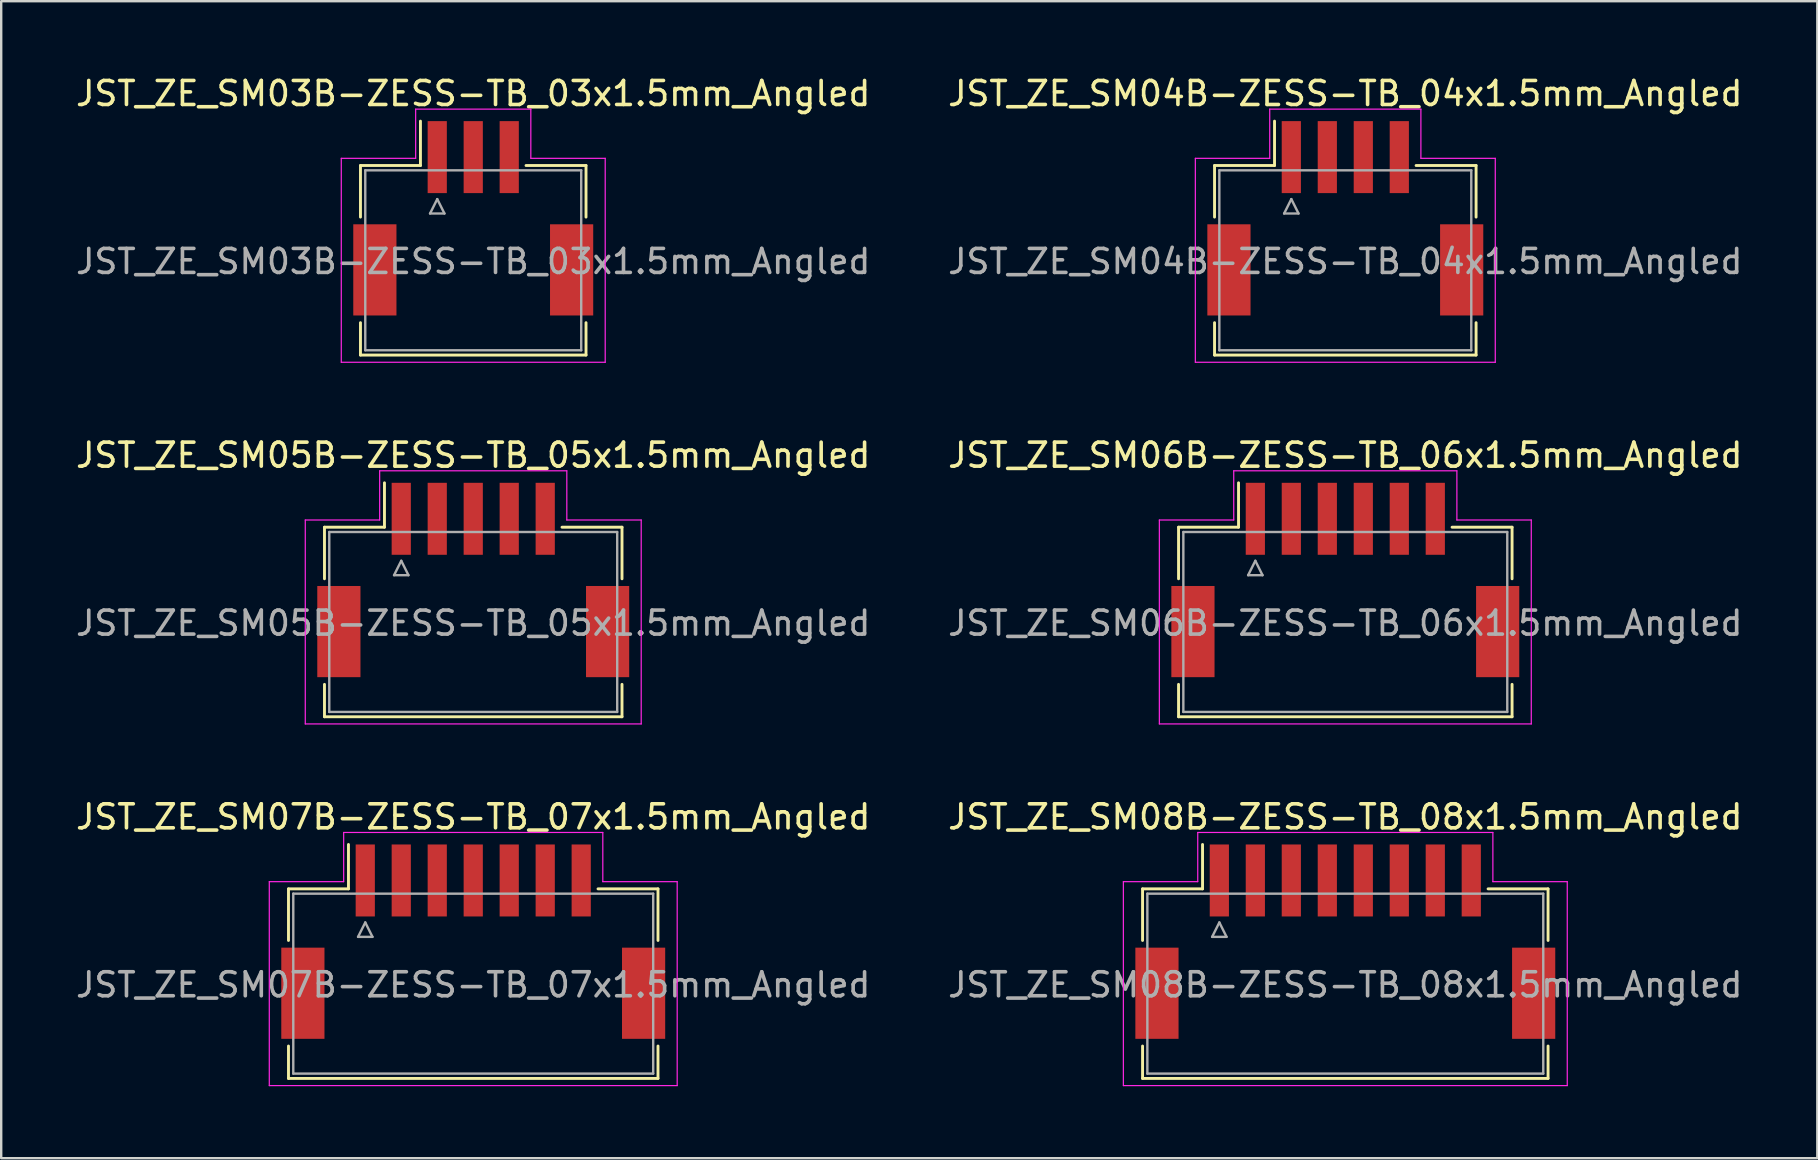
<source format=kicad_pcb>
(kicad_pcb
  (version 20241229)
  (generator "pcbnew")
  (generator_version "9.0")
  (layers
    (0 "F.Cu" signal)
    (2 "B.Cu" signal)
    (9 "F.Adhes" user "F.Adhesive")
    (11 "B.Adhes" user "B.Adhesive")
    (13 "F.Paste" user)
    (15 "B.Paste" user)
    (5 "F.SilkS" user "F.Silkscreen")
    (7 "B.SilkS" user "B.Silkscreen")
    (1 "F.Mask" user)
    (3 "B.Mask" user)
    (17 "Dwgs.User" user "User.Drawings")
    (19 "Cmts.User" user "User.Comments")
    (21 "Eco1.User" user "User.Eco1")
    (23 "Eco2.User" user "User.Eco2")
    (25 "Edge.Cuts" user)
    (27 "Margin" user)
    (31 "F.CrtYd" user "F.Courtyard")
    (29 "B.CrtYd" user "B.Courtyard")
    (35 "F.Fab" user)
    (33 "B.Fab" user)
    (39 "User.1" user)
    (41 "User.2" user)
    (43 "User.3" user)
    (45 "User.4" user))
  (footprint "JST_ZE_SM08B-ZESS-TB_08x1.5mm_Angled"
    (layer "F.Cu")
    (at 53.018 35.995)
    (property "Reference" "JST_ZE_SM08B-ZESS-TB_08x1.5mm_Angled" (at 0 -5 0) (layer "F.SilkS") (effects (font (size 1 1) (thickness 0.15))))
    (attr smd)
    (fp_line (start -8.45 -2) (end -5.95 -2) (stroke (width 0.12) (type solid)) (layer "F.SilkS"))
    (fp_line (start -8.45 0.15) (end -8.45 -2) (stroke (width 0.12) (type solid)) (layer "F.SilkS"))
    (fp_line (start -8.45 4.55) (end -8.45 5.9) (stroke (width 0.12) (type solid)) (layer "F.SilkS"))
    (fp_line (start -8.45 5.9) (end 8.45 5.9) (stroke (width 0.12) (type solid)) (layer "F.SilkS"))
    (fp_line (start -5.95 -2) (end -5.95 -3.85) (stroke (width 0.12) (type solid)) (layer "F.SilkS"))
    (fp_line (start 8.45 -2) (end 5.95 -2) (stroke (width 0.12) (type solid)) (layer "F.SilkS"))
    (fp_line (start 8.45 0.15) (end 8.45 -2) (stroke (width 0.12) (type solid)) (layer "F.SilkS"))
    (fp_line (start 8.45 5.9) (end 8.45 4.55) (stroke (width 0.12) (type solid)) (layer "F.SilkS"))
    (fp_line (start -9.25 -2.3) (end -9.25 6.2) (stroke (width 0.05) (type solid)) (layer "F.CrtYd"))
    (fp_line (start -9.25 6.2) (end 9.25 6.2) (stroke (width 0.05) (type solid)) (layer "F.CrtYd"))
    (fp_line (start -6.15 -4.35) (end -6.15 -2.3) (stroke (width 0.05) (type solid)) (layer "F.CrtYd"))
    (fp_line (start -6.15 -2.3) (end -9.25 -2.3) (stroke (width 0.05) (type solid)) (layer "F.CrtYd"))
    (fp_line (start 6.15 -4.35) (end -6.15 -4.35) (stroke (width 0.05) (type solid)) (layer "F.CrtYd"))
    (fp_line (start 6.15 -2.3) (end 6.15 -4.35) (stroke (width 0.05) (type solid)) (layer "F.CrtYd"))
    (fp_line (start 9.25 -2.3) (end 6.15 -2.3) (stroke (width 0.05) (type solid)) (layer "F.CrtYd"))
    (fp_line (start 9.25 6.2) (end 9.25 -2.3) (stroke (width 0.05) (type solid)) (layer "F.CrtYd"))
    (fp_line (start -8.25 -1.8) (end -8.25 5.7) (stroke (width 0.1) (type solid)) (layer "F.Fab"))
    (fp_line (start -8.25 5.7) (end 8.25 5.7) (stroke (width 0.1) (type solid)) (layer "F.Fab"))
    (fp_line (start -5.55 0) (end -4.95 0) (stroke (width 0.1) (type solid)) (layer "F.Fab"))
    (fp_line (start -5.25 -0.6) (end -5.55 0) (stroke (width 0.1) (type solid)) (layer "F.Fab"))
    (fp_line (start -4.95 0) (end -5.25 -0.6) (stroke (width 0.1) (type solid)) (layer "F.Fab"))
    (fp_line (start 8.25 -1.8) (end -8.25 -1.8) (stroke (width 0.1) (type solid)) (layer "F.Fab"))
    (fp_line (start 8.25 5.7) (end 8.25 -1.8) (stroke (width 0.1) (type solid)) (layer "F.Fab"))
    (fp_text user "${REFERENCE}" (at 0 2 0) (layer "F.Fab") (effects (font (size 1 1) (thickness 0.15))))
    (pad "" smd rect (at -7.85 2.35) (size 1.8 3.8) (layers "F.Cu" "F.Mask" "F.Paste"))
    (pad "" smd rect (at 7.85 2.35) (size 1.8 3.8) (layers "F.Cu" "F.Mask" "F.Paste"))
    (pad "1" smd rect (at -5.25 -2.35) (size 0.8 3) (layers "F.Cu" "F.Mask" "F.Paste"))
    (pad "2" smd rect (at -3.75 -2.35) (size 0.8 3) (layers "F.Cu" "F.Mask" "F.Paste"))
    (pad "3" smd rect (at -2.25 -2.35) (size 0.8 3) (layers "F.Cu" "F.Mask" "F.Paste"))
    (pad "4" smd rect (at -0.75 -2.35) (size 0.8 3) (layers "F.Cu" "F.Mask" "F.Paste"))
    (pad "5" smd rect (at 0.75 -2.35) (size 0.8 3) (layers "F.Cu" "F.Mask" "F.Paste"))
    (pad "6" smd rect (at 2.25 -2.35) (size 0.8 3) (layers "F.Cu" "F.Mask" "F.Paste"))
    (pad "7" smd rect (at 3.75 -2.35) (size 0.8 3) (layers "F.Cu" "F.Mask" "F.Paste"))
    (pad "8" smd rect (at 5.25 -2.35) (size 0.8 3) (layers "F.Cu" "F.Mask" "F.Paste")))
  (footprint "JST_ZE_SM07B-ZESS-TB_07x1.5mm_Angled"
    (layer "F.Cu")
    (at 16.673 35.995)
    (property "Reference" "JST_ZE_SM07B-ZESS-TB_07x1.5mm_Angled" (at 0 -5 0) (layer "F.SilkS") (effects (font (size 1 1) (thickness 0.15))))
    (attr smd)
    (fp_line (start -7.7 -2) (end -5.2 -2) (stroke (width 0.12) (type solid)) (layer "F.SilkS"))
    (fp_line (start -7.7 0.15) (end -7.7 -2) (stroke (width 0.12) (type solid)) (layer "F.SilkS"))
    (fp_line (start -7.7 4.55) (end -7.7 5.9) (stroke (width 0.12) (type solid)) (layer "F.SilkS"))
    (fp_line (start -7.7 5.9) (end 7.7 5.9) (stroke (width 0.12) (type solid)) (layer "F.SilkS"))
    (fp_line (start -5.2 -2) (end -5.2 -3.85) (stroke (width 0.12) (type solid)) (layer "F.SilkS"))
    (fp_line (start 7.7 -2) (end 5.2 -2) (stroke (width 0.12) (type solid)) (layer "F.SilkS"))
    (fp_line (start 7.7 0.15) (end 7.7 -2) (stroke (width 0.12) (type solid)) (layer "F.SilkS"))
    (fp_line (start 7.7 5.9) (end 7.7 4.55) (stroke (width 0.12) (type solid)) (layer "F.SilkS"))
    (fp_line (start -8.5 -2.3) (end -8.5 6.2) (stroke (width 0.05) (type solid)) (layer "F.CrtYd"))
    (fp_line (start -8.5 6.2) (end 8.5 6.2) (stroke (width 0.05) (type solid)) (layer "F.CrtYd"))
    (fp_line (start -5.4 -4.35) (end -5.4 -2.3) (stroke (width 0.05) (type solid)) (layer "F.CrtYd"))
    (fp_line (start -5.4 -2.3) (end -8.5 -2.3) (stroke (width 0.05) (type solid)) (layer "F.CrtYd"))
    (fp_line (start 5.4 -4.35) (end -5.4 -4.35) (stroke (width 0.05) (type solid)) (layer "F.CrtYd"))
    (fp_line (start 5.4 -2.3) (end 5.4 -4.35) (stroke (width 0.05) (type solid)) (layer "F.CrtYd"))
    (fp_line (start 8.5 -2.3) (end 5.4 -2.3) (stroke (width 0.05) (type solid)) (layer "F.CrtYd"))
    (fp_line (start 8.5 6.2) (end 8.5 -2.3) (stroke (width 0.05) (type solid)) (layer "F.CrtYd"))
    (fp_line (start -7.5 -1.8) (end -7.5 5.7) (stroke (width 0.1) (type solid)) (layer "F.Fab"))
    (fp_line (start -7.5 5.7) (end 7.5 5.7) (stroke (width 0.1) (type solid)) (layer "F.Fab"))
    (fp_line (start -4.8 0) (end -4.2 0) (stroke (width 0.1) (type solid)) (layer "F.Fab"))
    (fp_line (start -4.5 -0.6) (end -4.8 0) (stroke (width 0.1) (type solid)) (layer "F.Fab"))
    (fp_line (start -4.2 0) (end -4.5 -0.6) (stroke (width 0.1) (type solid)) (layer "F.Fab"))
    (fp_line (start 7.5 -1.8) (end -7.5 -1.8) (stroke (width 0.1) (type solid)) (layer "F.Fab"))
    (fp_line (start 7.5 5.7) (end 7.5 -1.8) (stroke (width 0.1) (type solid)) (layer "F.Fab"))
    (fp_text user "${REFERENCE}" (at 0 2 0) (layer "F.Fab") (effects (font (size 1 1) (thickness 0.15))))
    (pad "" smd rect (at -7.1 2.35) (size 1.8 3.8) (layers "F.Cu" "F.Mask" "F.Paste"))
    (pad "" smd rect (at 7.1 2.35) (size 1.8 3.8) (layers "F.Cu" "F.Mask" "F.Paste"))
    (pad "1" smd rect (at -4.5 -2.35) (size 0.8 3) (layers "F.Cu" "F.Mask" "F.Paste"))
    (pad "2" smd rect (at -3 -2.35) (size 0.8 3) (layers "F.Cu" "F.Mask" "F.Paste"))
    (pad "3" smd rect (at -1.5 -2.35) (size 0.8 3) (layers "F.Cu" "F.Mask" "F.Paste"))
    (pad "4" smd rect (at 0 -2.35) (size 0.8 3) (layers "F.Cu" "F.Mask" "F.Paste"))
    (pad "5" smd rect (at 1.5 -2.35) (size 0.8 3) (layers "F.Cu" "F.Mask" "F.Paste"))
    (pad "6" smd rect (at 3 -2.35) (size 0.8 3) (layers "F.Cu" "F.Mask" "F.Paste"))
    (pad "7" smd rect (at 4.5 -2.35) (size 0.8 3) (layers "F.Cu" "F.Mask" "F.Paste")))
  (footprint "JST_ZE_SM05B-ZESS-TB_05x1.5mm_Angled"
    (layer "F.Cu")
    (at 16.673 20.922)
    (property "Reference" "JST_ZE_SM05B-ZESS-TB_05x1.5mm_Angled" (at 0 -5 0) (layer "F.SilkS") (effects (font (size 1 1) (thickness 0.15))))
    (attr smd)
    (fp_line (start -6.2 -2) (end -3.7 -2) (stroke (width 0.12) (type solid)) (layer "F.SilkS"))
    (fp_line (start -6.2 0.15) (end -6.2 -2) (stroke (width 0.12) (type solid)) (layer "F.SilkS"))
    (fp_line (start -6.2 4.55) (end -6.2 5.9) (stroke (width 0.12) (type solid)) (layer "F.SilkS"))
    (fp_line (start -6.2 5.9) (end 6.2 5.9) (stroke (width 0.12) (type solid)) (layer "F.SilkS"))
    (fp_line (start -3.7 -2) (end -3.7 -3.85) (stroke (width 0.12) (type solid)) (layer "F.SilkS"))
    (fp_line (start 6.2 -2) (end 3.7 -2) (stroke (width 0.12) (type solid)) (layer "F.SilkS"))
    (fp_line (start 6.2 0.15) (end 6.2 -2) (stroke (width 0.12) (type solid)) (layer "F.SilkS"))
    (fp_line (start 6.2 5.9) (end 6.2 4.55) (stroke (width 0.12) (type solid)) (layer "F.SilkS"))
    (fp_line (start -7 -2.3) (end -7 6.2) (stroke (width 0.05) (type solid)) (layer "F.CrtYd"))
    (fp_line (start -7 6.2) (end 7 6.2) (stroke (width 0.05) (type solid)) (layer "F.CrtYd"))
    (fp_line (start -3.9 -4.35) (end -3.9 -2.3) (stroke (width 0.05) (type solid)) (layer "F.CrtYd"))
    (fp_line (start -3.9 -2.3) (end -7 -2.3) (stroke (width 0.05) (type solid)) (layer "F.CrtYd"))
    (fp_line (start 3.9 -4.35) (end -3.9 -4.35) (stroke (width 0.05) (type solid)) (layer "F.CrtYd"))
    (fp_line (start 3.9 -2.3) (end 3.9 -4.35) (stroke (width 0.05) (type solid)) (layer "F.CrtYd"))
    (fp_line (start 7 -2.3) (end 3.9 -2.3) (stroke (width 0.05) (type solid)) (layer "F.CrtYd"))
    (fp_line (start 7 6.2) (end 7 -2.3) (stroke (width 0.05) (type solid)) (layer "F.CrtYd"))
    (fp_line (start -6 -1.8) (end -6 5.7) (stroke (width 0.1) (type solid)) (layer "F.Fab"))
    (fp_line (start -6 5.7) (end 6 5.7) (stroke (width 0.1) (type solid)) (layer "F.Fab"))
    (fp_line (start -3.3 0) (end -2.7 0) (stroke (width 0.1) (type solid)) (layer "F.Fab"))
    (fp_line (start -3 -0.6) (end -3.3 0) (stroke (width 0.1) (type solid)) (layer "F.Fab"))
    (fp_line (start -2.7 0) (end -3 -0.6) (stroke (width 0.1) (type solid)) (layer "F.Fab"))
    (fp_line (start 6 -1.8) (end -6 -1.8) (stroke (width 0.1) (type solid)) (layer "F.Fab"))
    (fp_line (start 6 5.7) (end 6 -1.8) (stroke (width 0.1) (type solid)) (layer "F.Fab"))
    (fp_text user "${REFERENCE}" (at 0 2 0) (layer "F.Fab") (effects (font (size 1 1) (thickness 0.15))))
    (pad "" smd rect (at -5.6 2.35) (size 1.8 3.8) (layers "F.Cu" "F.Mask" "F.Paste"))
    (pad "" smd rect (at 5.6 2.35) (size 1.8 3.8) (layers "F.Cu" "F.Mask" "F.Paste"))
    (pad "1" smd rect (at -3 -2.35) (size 0.8 3) (layers "F.Cu" "F.Mask" "F.Paste"))
    (pad "2" smd rect (at -1.5 -2.35) (size 0.8 3) (layers "F.Cu" "F.Mask" "F.Paste"))
    (pad "3" smd rect (at 0 -2.35) (size 0.8 3) (layers "F.Cu" "F.Mask" "F.Paste"))
    (pad "4" smd rect (at 1.5 -2.35) (size 0.8 3) (layers "F.Cu" "F.Mask" "F.Paste"))
    (pad "5" smd rect (at 3 -2.35) (size 0.8 3) (layers "F.Cu" "F.Mask" "F.Paste")))
  (footprint "JST_ZE_SM06B-ZESS-TB_06x1.5mm_Angled"
    (layer "F.Cu")
    (at 53.018 20.922)
    (property "Reference" "JST_ZE_SM06B-ZESS-TB_06x1.5mm_Angled" (at 0 -5 0) (layer "F.SilkS") (effects (font (size 1 1) (thickness 0.15))))
    (attr smd)
    (fp_line (start -6.95 -2) (end -4.45 -2) (stroke (width 0.12) (type solid)) (layer "F.SilkS"))
    (fp_line (start -6.95 0.15) (end -6.95 -2) (stroke (width 0.12) (type solid)) (layer "F.SilkS"))
    (fp_line (start -6.95 4.55) (end -6.95 5.9) (stroke (width 0.12) (type solid)) (layer "F.SilkS"))
    (fp_line (start -6.95 5.9) (end 6.95 5.9) (stroke (width 0.12) (type solid)) (layer "F.SilkS"))
    (fp_line (start -4.45 -2) (end -4.45 -3.85) (stroke (width 0.12) (type solid)) (layer "F.SilkS"))
    (fp_line (start 6.95 -2) (end 4.45 -2) (stroke (width 0.12) (type solid)) (layer "F.SilkS"))
    (fp_line (start 6.95 0.15) (end 6.95 -2) (stroke (width 0.12) (type solid)) (layer "F.SilkS"))
    (fp_line (start 6.95 5.9) (end 6.95 4.55) (stroke (width 0.12) (type solid)) (layer "F.SilkS"))
    (fp_line (start -7.75 -2.3) (end -7.75 6.2) (stroke (width 0.05) (type solid)) (layer "F.CrtYd"))
    (fp_line (start -7.75 6.2) (end 7.75 6.2) (stroke (width 0.05) (type solid)) (layer "F.CrtYd"))
    (fp_line (start -4.65 -4.35) (end -4.65 -2.3) (stroke (width 0.05) (type solid)) (layer "F.CrtYd"))
    (fp_line (start -4.65 -2.3) (end -7.75 -2.3) (stroke (width 0.05) (type solid)) (layer "F.CrtYd"))
    (fp_line (start 4.65 -4.35) (end -4.65 -4.35) (stroke (width 0.05) (type solid)) (layer "F.CrtYd"))
    (fp_line (start 4.65 -2.3) (end 4.65 -4.35) (stroke (width 0.05) (type solid)) (layer "F.CrtYd"))
    (fp_line (start 7.75 -2.3) (end 4.65 -2.3) (stroke (width 0.05) (type solid)) (layer "F.CrtYd"))
    (fp_line (start 7.75 6.2) (end 7.75 -2.3) (stroke (width 0.05) (type solid)) (layer "F.CrtYd"))
    (fp_line (start -6.75 -1.8) (end -6.75 5.7) (stroke (width 0.1) (type solid)) (layer "F.Fab"))
    (fp_line (start -6.75 5.7) (end 6.75 5.7) (stroke (width 0.1) (type solid)) (layer "F.Fab"))
    (fp_line (start -4.05 0) (end -3.45 0) (stroke (width 0.1) (type solid)) (layer "F.Fab"))
    (fp_line (start -3.75 -0.6) (end -4.05 0) (stroke (width 0.1) (type solid)) (layer "F.Fab"))
    (fp_line (start -3.45 0) (end -3.75 -0.6) (stroke (width 0.1) (type solid)) (layer "F.Fab"))
    (fp_line (start 6.75 -1.8) (end -6.75 -1.8) (stroke (width 0.1) (type solid)) (layer "F.Fab"))
    (fp_line (start 6.75 5.7) (end 6.75 -1.8) (stroke (width 0.1) (type solid)) (layer "F.Fab"))
    (fp_text user "${REFERENCE}" (at 0 2 0) (layer "F.Fab") (effects (font (size 1 1) (thickness 0.15))))
    (pad "" smd rect (at -6.35 2.35) (size 1.8 3.8) (layers "F.Cu" "F.Mask" "F.Paste"))
    (pad "" smd rect (at 6.35 2.35) (size 1.8 3.8) (layers "F.Cu" "F.Mask" "F.Paste"))
    (pad "1" smd rect (at -3.75 -2.35) (size 0.8 3) (layers "F.Cu" "F.Mask" "F.Paste"))
    (pad "2" smd rect (at -2.25 -2.35) (size 0.8 3) (layers "F.Cu" "F.Mask" "F.Paste"))
    (pad "3" smd rect (at -0.75 -2.35) (size 0.8 3) (layers "F.Cu" "F.Mask" "F.Paste"))
    (pad "4" smd rect (at 0.75 -2.35) (size 0.8 3) (layers "F.Cu" "F.Mask" "F.Paste"))
    (pad "5" smd rect (at 2.25 -2.35) (size 0.8 3) (layers "F.Cu" "F.Mask" "F.Paste"))
    (pad "6" smd rect (at 3.75 -2.35) (size 0.8 3) (layers "F.Cu" "F.Mask" "F.Paste")))
  (footprint "JST_ZE_SM03B-ZESS-TB_03x1.5mm_Angled"
    (layer "F.Cu")
    (at 16.673 5.848)
    (property "Reference" "JST_ZE_SM03B-ZESS-TB_03x1.5mm_Angled" (at 0 -5 0) (layer "F.SilkS") (effects (font (size 1 1) (thickness 0.15))))
    (attr smd)
    (fp_line (start -4.7 -2) (end -2.2 -2) (stroke (width 0.12) (type solid)) (layer "F.SilkS"))
    (fp_line (start -4.7 0.15) (end -4.7 -2) (stroke (width 0.12) (type solid)) (layer "F.SilkS"))
    (fp_line (start -4.7 4.55) (end -4.7 5.9) (stroke (width 0.12) (type solid)) (layer "F.SilkS"))
    (fp_line (start -4.7 5.9) (end 4.7 5.9) (stroke (width 0.12) (type solid)) (layer "F.SilkS"))
    (fp_line (start -2.2 -2) (end -2.2 -3.85) (stroke (width 0.12) (type solid)) (layer "F.SilkS"))
    (fp_line (start 4.7 -2) (end 2.2 -2) (stroke (width 0.12) (type solid)) (layer "F.SilkS"))
    (fp_line (start 4.7 0.15) (end 4.7 -2) (stroke (width 0.12) (type solid)) (layer "F.SilkS"))
    (fp_line (start 4.7 5.9) (end 4.7 4.55) (stroke (width 0.12) (type solid)) (layer "F.SilkS"))
    (fp_line (start -5.5 -2.3) (end -5.5 6.2) (stroke (width 0.05) (type solid)) (layer "F.CrtYd"))
    (fp_line (start -5.5 6.2) (end 5.5 6.2) (stroke (width 0.05) (type solid)) (layer "F.CrtYd"))
    (fp_line (start -2.4 -4.35) (end -2.4 -2.3) (stroke (width 0.05) (type solid)) (layer "F.CrtYd"))
    (fp_line (start -2.4 -2.3) (end -5.5 -2.3) (stroke (width 0.05) (type solid)) (layer "F.CrtYd"))
    (fp_line (start 2.4 -4.35) (end -2.4 -4.35) (stroke (width 0.05) (type solid)) (layer "F.CrtYd"))
    (fp_line (start 2.4 -2.3) (end 2.4 -4.35) (stroke (width 0.05) (type solid)) (layer "F.CrtYd"))
    (fp_line (start 5.5 -2.3) (end 2.4 -2.3) (stroke (width 0.05) (type solid)) (layer "F.CrtYd"))
    (fp_line (start 5.5 6.2) (end 5.5 -2.3) (stroke (width 0.05) (type solid)) (layer "F.CrtYd"))
    (fp_line (start -4.5 -1.8) (end -4.5 5.7) (stroke (width 0.1) (type solid)) (layer "F.Fab"))
    (fp_line (start -4.5 5.7) (end 4.5 5.7) (stroke (width 0.1) (type solid)) (layer "F.Fab"))
    (fp_line (start -1.8 0) (end -1.2 0) (stroke (width 0.1) (type solid)) (layer "F.Fab"))
    (fp_line (start -1.5 -0.6) (end -1.8 0) (stroke (width 0.1) (type solid)) (layer "F.Fab"))
    (fp_line (start -1.2 0) (end -1.5 -0.6) (stroke (width 0.1) (type solid)) (layer "F.Fab"))
    (fp_line (start 4.5 -1.8) (end -4.5 -1.8) (stroke (width 0.1) (type solid)) (layer "F.Fab"))
    (fp_line (start 4.5 5.7) (end 4.5 -1.8) (stroke (width 0.1) (type solid)) (layer "F.Fab"))
    (fp_text user "${REFERENCE}" (at 0 2 0) (layer "F.Fab") (effects (font (size 1 1) (thickness 0.15))))
    (pad "" smd rect (at -4.1 2.35) (size 1.8 3.8) (layers "F.Cu" "F.Mask" "F.Paste"))
    (pad "" smd rect (at 4.1 2.35) (size 1.8 3.8) (layers "F.Cu" "F.Mask" "F.Paste"))
    (pad "1" smd rect (at -1.5 -2.35) (size 0.8 3) (layers "F.Cu" "F.Mask" "F.Paste"))
    (pad "2" smd rect (at 0 -2.35) (size 0.8 3) (layers "F.Cu" "F.Mask" "F.Paste"))
    (pad "3" smd rect (at 1.5 -2.35) (size 0.8 3) (layers "F.Cu" "F.Mask" "F.Paste")))
  (footprint "JST_ZE_SM04B-ZESS-TB_04x1.5mm_Angled"
    (layer "F.Cu")
    (at 53.018 5.848)
    (property "Reference" "JST_ZE_SM04B-ZESS-TB_04x1.5mm_Angled" (at 0 -5 0) (layer "F.SilkS") (effects (font (size 1 1) (thickness 0.15))))
    (attr smd)
    (fp_line (start -5.45 -2) (end -2.95 -2) (stroke (width 0.12) (type solid)) (layer "F.SilkS"))
    (fp_line (start -5.45 0.15) (end -5.45 -2) (stroke (width 0.12) (type solid)) (layer "F.SilkS"))
    (fp_line (start -5.45 4.55) (end -5.45 5.9) (stroke (width 0.12) (type solid)) (layer "F.SilkS"))
    (fp_line (start -5.45 5.9) (end 5.45 5.9) (stroke (width 0.12) (type solid)) (layer "F.SilkS"))
    (fp_line (start -2.95 -2) (end -2.95 -3.85) (stroke (width 0.12) (type solid)) (layer "F.SilkS"))
    (fp_line (start 5.45 -2) (end 2.95 -2) (stroke (width 0.12) (type solid)) (layer "F.SilkS"))
    (fp_line (start 5.45 0.15) (end 5.45 -2) (stroke (width 0.12) (type solid)) (layer "F.SilkS"))
    (fp_line (start 5.45 5.9) (end 5.45 4.55) (stroke (width 0.12) (type solid)) (layer "F.SilkS"))
    (fp_line (start -6.25 -2.3) (end -6.25 6.2) (stroke (width 0.05) (type solid)) (layer "F.CrtYd"))
    (fp_line (start -6.25 6.2) (end 6.25 6.2) (stroke (width 0.05) (type solid)) (layer "F.CrtYd"))
    (fp_line (start -3.15 -4.35) (end -3.15 -2.3) (stroke (width 0.05) (type solid)) (layer "F.CrtYd"))
    (fp_line (start -3.15 -2.3) (end -6.25 -2.3) (stroke (width 0.05) (type solid)) (layer "F.CrtYd"))
    (fp_line (start 3.15 -4.35) (end -3.15 -4.35) (stroke (width 0.05) (type solid)) (layer "F.CrtYd"))
    (fp_line (start 3.15 -2.3) (end 3.15 -4.35) (stroke (width 0.05) (type solid)) (layer "F.CrtYd"))
    (fp_line (start 6.25 -2.3) (end 3.15 -2.3) (stroke (width 0.05) (type solid)) (layer "F.CrtYd"))
    (fp_line (start 6.25 6.2) (end 6.25 -2.3) (stroke (width 0.05) (type solid)) (layer "F.CrtYd"))
    (fp_line (start -5.25 -1.8) (end -5.25 5.7) (stroke (width 0.1) (type solid)) (layer "F.Fab"))
    (fp_line (start -5.25 5.7) (end 5.25 5.7) (stroke (width 0.1) (type solid)) (layer "F.Fab"))
    (fp_line (start -2.55 0) (end -1.95 0) (stroke (width 0.1) (type solid)) (layer "F.Fab"))
    (fp_line (start -2.25 -0.6) (end -2.55 0) (stroke (width 0.1) (type solid)) (layer "F.Fab"))
    (fp_line (start -1.95 0) (end -2.25 -0.6) (stroke (width 0.1) (type solid)) (layer "F.Fab"))
    (fp_line (start 5.25 -1.8) (end -5.25 -1.8) (stroke (width 0.1) (type solid)) (layer "F.Fab"))
    (fp_line (start 5.25 5.7) (end 5.25 -1.8) (stroke (width 0.1) (type solid)) (layer "F.Fab"))
    (fp_text user "${REFERENCE}" (at 0 2 0) (layer "F.Fab") (effects (font (size 1 1) (thickness 0.15))))
    (pad "" smd rect (at -4.85 2.35) (size 1.8 3.8) (layers "F.Cu" "F.Mask" "F.Paste"))
    (pad "" smd rect (at 4.85 2.35) (size 1.8 3.8) (layers "F.Cu" "F.Mask" "F.Paste"))
    (pad "1" smd rect (at -2.25 -2.35) (size 0.8 3) (layers "F.Cu" "F.Mask" "F.Paste"))
    (pad "2" smd rect (at -0.75 -2.35) (size 0.8 3) (layers "F.Cu" "F.Mask" "F.Paste"))
    (pad "3" smd rect (at 0.75 -2.35) (size 0.8 3) (layers "F.Cu" "F.Mask" "F.Paste"))
    (pad "4" smd rect (at 2.25 -2.35) (size 0.8 3) (layers "F.Cu" "F.Mask" "F.Paste")))
  (gr_rect
    (start -3 -3)
    (end 72.69 45.22)
    (stroke (width 0.1) (type default))
    (fill no)
    (layer "Edge.Cuts")))
</source>
